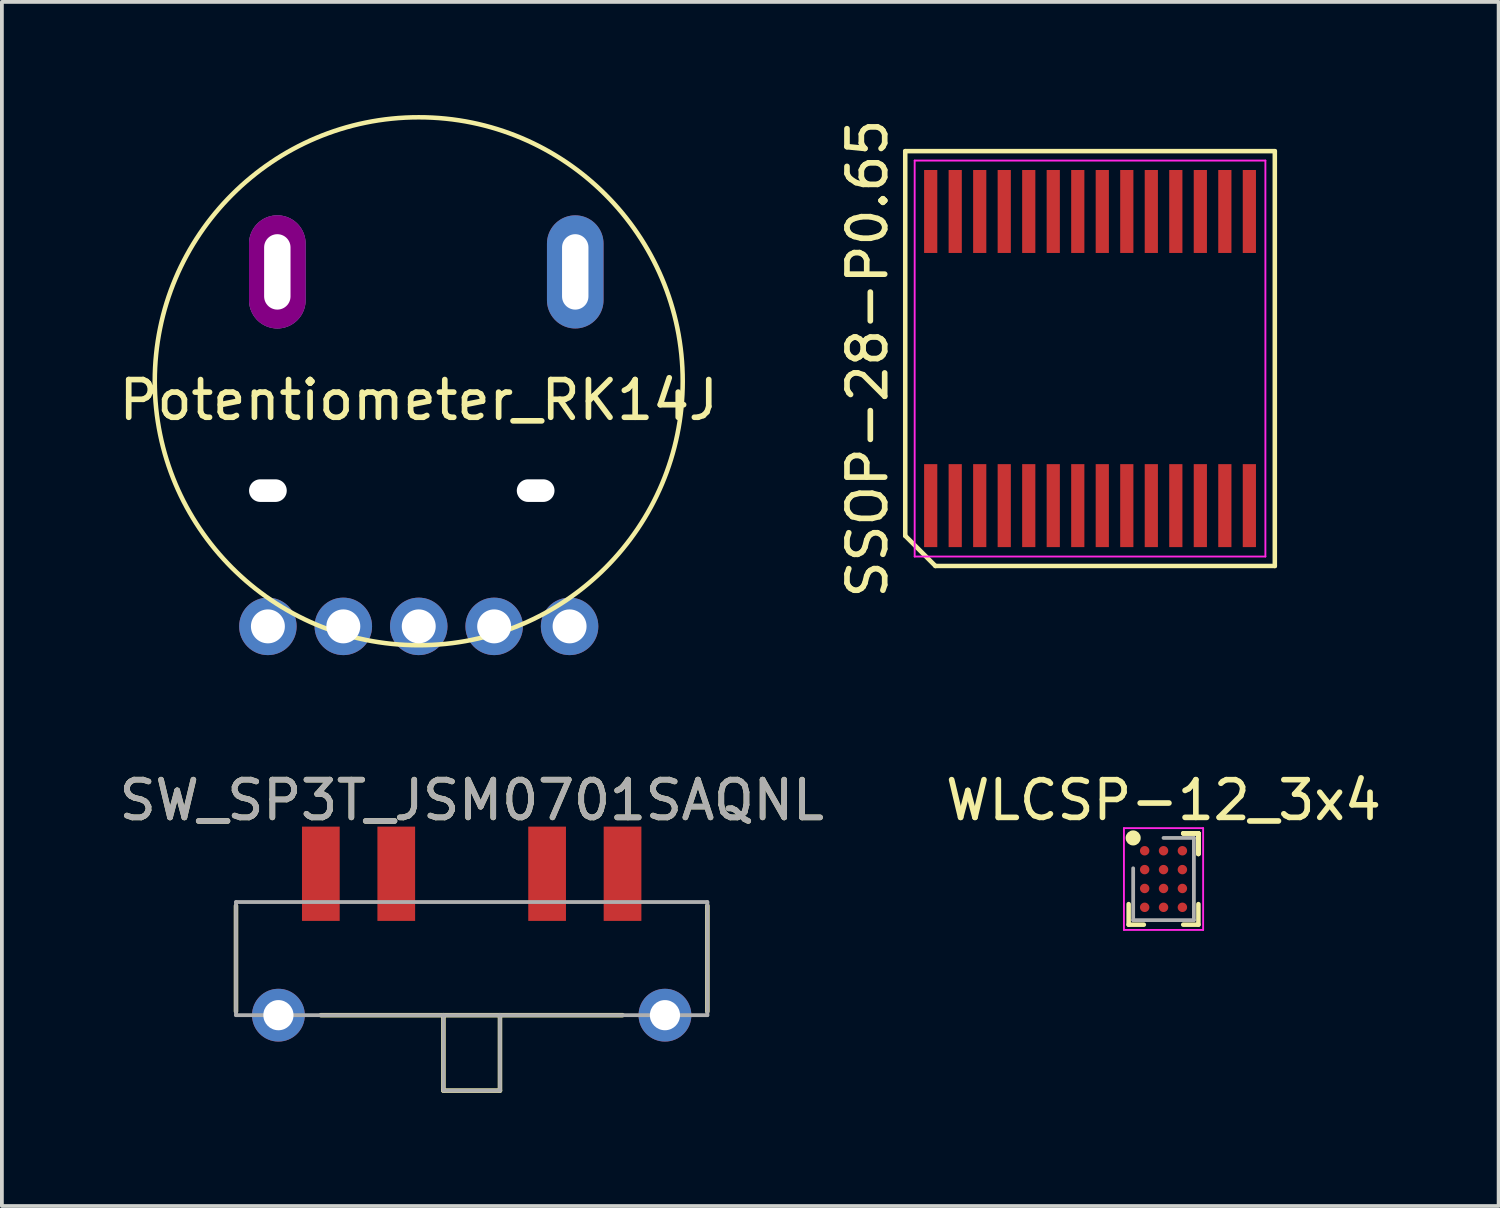
<source format=kicad_pcb>
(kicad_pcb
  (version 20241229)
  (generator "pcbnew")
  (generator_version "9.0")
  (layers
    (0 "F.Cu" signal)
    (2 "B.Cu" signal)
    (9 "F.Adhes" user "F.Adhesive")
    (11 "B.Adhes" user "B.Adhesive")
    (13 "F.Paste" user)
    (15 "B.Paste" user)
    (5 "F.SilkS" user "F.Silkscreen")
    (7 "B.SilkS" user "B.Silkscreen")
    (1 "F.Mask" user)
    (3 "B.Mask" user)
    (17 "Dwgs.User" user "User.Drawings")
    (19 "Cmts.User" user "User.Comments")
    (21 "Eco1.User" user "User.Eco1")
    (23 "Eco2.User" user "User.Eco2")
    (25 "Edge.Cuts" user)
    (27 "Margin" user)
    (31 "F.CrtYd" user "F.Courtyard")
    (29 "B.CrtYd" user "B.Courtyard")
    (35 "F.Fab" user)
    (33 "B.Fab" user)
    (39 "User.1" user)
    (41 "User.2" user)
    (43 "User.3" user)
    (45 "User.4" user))
  (footprint "SW_SP3T_JSM0701SAQNL"
    (layer "F.Cu")
    (at 9.458 21.37)
    (property "Reference" "SW_SP3T_JSM0701SAQNL" (at 0 -3.2 0) (layer "F.SilkS") (effects (font (size 1 1) (thickness 0.15))))
    (attr smd)
    (fp_line (start -6.25 -0.4) (end -6.25 2.4) (stroke (width 0.12) (type solid)) (layer "F.SilkS"))
    (fp_line (start -4 2.5) (end 4 2.5) (stroke (width 0.12) (type solid)) (layer "F.SilkS"))
    (fp_line (start -0.75 2.5) (end -0.75 4.5) (stroke (width 0.12) (type solid)) (layer "F.SilkS"))
    (fp_line (start -0.75 4.5) (end 0.75 4.5) (stroke (width 0.12) (type solid)) (layer "F.SilkS"))
    (fp_line (start 0.75 2.5) (end 0.75 4.5) (stroke (width 0.12) (type solid)) (layer "F.SilkS"))
    (fp_line (start 6.25 -0.4) (end 6.25 2.4) (stroke (width 0.12) (type solid)) (layer "F.SilkS"))
    (fp_line (start -6.25 -0.5) (end -6.25 2.5) (stroke (width 0.1) (type solid)) (layer "F.Fab"))
    (fp_line (start -6.25 2.5) (end 6.25 2.5) (stroke (width 0.1) (type solid)) (layer "F.Fab"))
    (fp_line (start -0.75 2.5) (end -0.75 4.5) (stroke (width 0.1) (type solid)) (layer "F.Fab"))
    (fp_line (start -0.75 4.5) (end 0.75 4.5) (stroke (width 0.1) (type solid)) (layer "F.Fab"))
    (fp_line (start 0.75 2.5) (end 0.75 4.5) (stroke (width 0.1) (type solid)) (layer "F.Fab"))
    (fp_line (start 6.25 -0.5) (end -6.25 -0.5) (stroke (width 0.1) (type solid)) (layer "F.Fab"))
    (fp_line (start 6.25 -0.5) (end 6.25 2.5) (stroke (width 0.1) (type solid)) (layer "F.Fab"))
    (fp_text user "${REFERENCE}" (at 0 -3.2 0) (layer "F.Fab") (effects (font (size 1 1) (thickness 0.15))))
    (pad "1" smd rect (at -4 -1.25) (size 1 2.5) (layers "F.Cu" "F.Mask" "F.Paste"))
    (pad "2" smd rect (at -2 -1.25) (size 1 2.5) (layers "F.Cu" "F.Mask" "F.Paste"))
    (pad "3" smd rect (at 2 -1.25) (size 1 2.5) (layers "F.Cu" "F.Mask" "F.Paste"))
    (pad "4" smd rect (at 4 -1.25) (size 1 2.5) (layers "F.Cu" "F.Mask" "F.Paste"))
    (pad "5" thru_hole circle (at -5.125 2.5) (size 1.4 1.4) (drill 0.8) (layers "*.Cu" "*.Mask"))
    (pad "5" thru_hole circle (at 5.125 2.5) (size 1.4 1.4) (drill 0.8) (layers "*.Cu" "*.Mask")))
  (footprint "WLCSP-12_3x4"
    (layer "F.Cu")
    (at 27.804 20.26)
    (property "Reference" "WLCSP-12_3x4" (at 0 -2.09 0) (layer "F.SilkS") (effects (font (size 1 1) (thickness 0.15))))
    (attr smd)
    (fp_line (start -0.925 1.21) (end -0.925 0.665) (stroke (width 0.12) (type solid)) (layer "F.SilkS"))
    (fp_line (start -0.522 1.21) (end -0.925 1.21) (stroke (width 0.12) (type solid)) (layer "F.SilkS"))
    (fp_line (start 0.522 -1.21) (end 0.925 -1.21) (stroke (width 0.12) (type solid)) (layer "F.SilkS"))
    (fp_line (start 0.522 -1.21) (end 0.925 -1.21) (stroke (width 0.12) (type solid)) (layer "F.SilkS"))
    (fp_line (start 0.522 -1.21) (end 0.925 -1.21) (stroke (width 0.12) (type solid)) (layer "F.SilkS"))
    (fp_line (start 0.522 1.21) (end 0.925 1.21) (stroke (width 0.12) (type solid)) (layer "F.SilkS"))
    (fp_line (start 0.925 -1.21) (end 0.925 -0.665) (stroke (width 0.12) (type solid)) (layer "F.SilkS"))
    (fp_line (start 0.925 -1.21) (end 0.925 -0.665) (stroke (width 0.12) (type solid)) (layer "F.SilkS"))
    (fp_line (start 0.925 -1.21) (end 0.925 -0.665) (stroke (width 0.12) (type solid)) (layer "F.SilkS"))
    (fp_line (start 0.925 1.21) (end 0.925 0.665) (stroke (width 0.12) (type solid)) (layer "F.SilkS"))
    (fp_circle (center -0.805 -1.09) (end -0.805 -0.99) (stroke (width 0.2) (type solid)) (fill no) (layer "F.SilkS"))
    (fp_line (start -1.05 -1.35) (end 1.05 -1.35) (stroke (width 0.05) (type solid)) (layer "F.CrtYd"))
    (fp_line (start -1.05 1.35) (end -1.05 -1.35) (stroke (width 0.05) (type solid)) (layer "F.CrtYd"))
    (fp_line (start 1.05 -1.35) (end 1.05 1.35) (stroke (width 0.05) (type solid)) (layer "F.CrtYd"))
    (fp_line (start 1.05 1.35) (end -1.05 1.35) (stroke (width 0.05) (type solid)) (layer "F.CrtYd"))
    (fp_line (start -0.805 -0.285) (end -0.805 1.09) (stroke (width 0.1) (type solid)) (layer "F.Fab"))
    (fp_line (start -0.805 1.09) (end 0.805 1.09) (stroke (width 0.1) (type solid)) (layer "F.Fab"))
    (fp_line (start 0.805 -1.09) (end 0 -1.09) (stroke (width 0.1) (type solid)) (layer "F.Fab"))
    (fp_line (start 0.805 1.09) (end 0.805 -1.09) (stroke (width 0.1) (type solid)) (layer "F.Fab"))
    (pad "A1" smd circle (at -0.5 -0.75) (size 0.25 0.25) (layers "F.Cu" "F.Mask" "F.Paste"))
    (pad "A2" smd circle (at 0 -0.75) (size 0.25 0.25) (layers "F.Cu" "F.Mask" "F.Paste"))
    (pad "A3" smd circle (at 0.5 -0.75) (size 0.25 0.25) (layers "F.Cu" "F.Mask" "F.Paste"))
    (pad "B1" smd circle (at -0.5 -0.25) (size 0.25 0.25) (layers "F.Cu" "F.Mask" "F.Paste"))
    (pad "B2" smd circle (at 0 -0.25) (size 0.25 0.25) (layers "F.Cu" "F.Mask" "F.Paste"))
    (pad "B3" smd circle (at 0.5 -0.25) (size 0.25 0.25) (layers "F.Cu" "F.Mask" "F.Paste"))
    (pad "C1" smd circle (at -0.5 0.25) (size 0.25 0.25) (layers "F.Cu" "F.Mask" "F.Paste"))
    (pad "C2" smd circle (at 0 0.25) (size 0.25 0.25) (layers "F.Cu" "F.Mask" "F.Paste"))
    (pad "C3" smd circle (at 0.5 0.25) (size 0.25 0.25) (layers "F.Cu" "F.Mask" "F.Paste"))
    (pad "D1" smd circle (at -0.5 0.75) (size 0.25 0.25) (layers "F.Cu" "F.Mask" "F.Paste"))
    (pad "D2" smd circle (at 0 0.75) (size 0.25 0.25) (layers "F.Cu" "F.Mask" "F.Paste"))
    (pad "D3" smd circle (at 0.5 0.75) (size 0.25 0.25) (layers "F.Cu" "F.Mask" "F.Paste")))
  (footprint "Potentiometer_RK14J"
    (layer "F.Cu")
    (at 8.054 7.06)
    (property "Reference" "Potentiometer_RK14J" (at 0 0.5 0) (layer "F.SilkS") (effects (font (size 1 1) (thickness 0.15))))
    (attr through_hole)
    (fp_circle (center 0 0) (end 7 0) (stroke (width 0.12) (type solid)) (fill no) (layer "F.SilkS"))
    (pad "" np_thru_hole oval (at -4 2.9) (size 1 0.6) (drill oval 1 0.6) (layers "*.Cu" "*.Mask"))
    (pad "" np_thru_hole oval (at 3.1 2.9) (size 1 0.6) (drill oval 1 0.6) (layers "*.Cu" "*.Mask"))
    (pad "1" thru_hole circle (at -4 6.5) (size 1.524 1.524) (drill 0.9) (layers "*.Cu" "*.Mask"))
    (pad "2" thru_hole circle (at 2 6.5) (size 1.524 1.524) (drill 0.9) (layers "*.Cu" "*.Mask"))
    (pad "3" thru_hole circle (at -2 6.5) (size 1.524 1.524) (drill 0.9) (layers "*.Cu" "*.Mask"))
    (pad "4" thru_hole circle (at 0 6.5) (size 1.524 1.524) (drill 0.9) (layers "*.Cu" "*.Mask"))
    (pad "5" thru_hole circle (at 4 6.5) (size 1.524 1.524) (drill 0.9) (layers "*.Cu" "*.Mask"))
    (pad "6" thru_hole oval (at -3.75 -2.9) (size 1.5 3) (drill oval 0.7 2) (layers "*.Cu" "*.Mask" "F.Adhes"))
    (pad "7" thru_hole oval (at 4.15 -2.9) (size 1.5 3) (drill oval 0.7 2) (layers "*.Cu" "*.Mask")))
  (footprint "SSOP-28-P0.65"
    (layer "F.Cu")
    (at 25.855 6.458)
    (property "Reference" "SSOP-28-P0.65" (at -5.9 0 90) (layer "F.SilkS") (effects (font (size 1 1) (thickness 0.15))))
    (attr smd)
    (fp_line (start -4.9 -5.5) (end 4.9 -5.5) (stroke (width 0.12) (type solid)) (layer "F.SilkS"))
    (fp_line (start -4.9 4.7) (end -4.9 -5.5) (stroke (width 0.12) (type solid)) (layer "F.SilkS"))
    (fp_line (start -4.1 5.5) (end -4.9 4.7) (stroke (width 0.12) (type solid)) (layer "F.SilkS"))
    (fp_line (start 4.9 -5.5) (end 4.9 5.5) (stroke (width 0.12) (type solid)) (layer "F.SilkS"))
    (fp_line (start 4.9 5.5) (end -4.1 5.5) (stroke (width 0.12) (type solid)) (layer "F.SilkS"))
    (fp_line (start -4.65 -5.25) (end 4.65 -5.25) (stroke (width 0.05) (type solid)) (layer "F.CrtYd"))
    (fp_line (start -4.65 5.25) (end -4.65 -5.25) (stroke (width 0.05) (type solid)) (layer "F.CrtYd"))
    (fp_line (start 4.65 -5.25) (end 4.65 5.25) (stroke (width 0.05) (type solid)) (layer "F.CrtYd"))
    (fp_line (start 4.65 5.25) (end -4.65 5.25) (stroke (width 0.05) (type solid)) (layer "F.CrtYd"))
    (pad "1" smd rect (at -4.225 3.9) (size 0.35 2.2) (layers "F.Cu" "F.Mask" "F.Paste"))
    (pad "2" smd rect (at -3.575 3.9) (size 0.35 2.2) (layers "F.Cu" "F.Mask" "F.Paste"))
    (pad "3" smd rect (at -2.925 3.9) (size 0.35 2.2) (layers "F.Cu" "F.Mask" "F.Paste"))
    (pad "4" smd rect (at -2.275 3.9) (size 0.35 2.2) (layers "F.Cu" "F.Mask" "F.Paste"))
    (pad "5" smd rect (at -1.625 3.9) (size 0.35 2.2) (layers "F.Cu" "F.Mask" "F.Paste"))
    (pad "6" smd rect (at -0.975 3.9) (size 0.35 2.2) (layers "F.Cu" "F.Mask" "F.Paste"))
    (pad "7" smd rect (at -0.325 3.9) (size 0.35 2.2) (layers "F.Cu" "F.Mask" "F.Paste"))
    (pad "8" smd rect (at 0.325 3.9) (size 0.35 2.2) (layers "F.Cu" "F.Mask" "F.Paste"))
    (pad "9" smd rect (at 0.975 3.9) (size 0.35 2.2) (layers "F.Cu" "F.Mask" "F.Paste"))
    (pad "10" smd rect (at 1.625 3.9) (size 0.35 2.2) (layers "F.Cu" "F.Mask" "F.Paste"))
    (pad "11" smd rect (at 2.275 3.9) (size 0.35 2.2) (layers "F.Cu" "F.Mask" "F.Paste"))
    (pad "12" smd rect (at 2.925 3.9) (size 0.35 2.2) (layers "F.Cu" "F.Mask" "F.Paste"))
    (pad "13" smd rect (at 3.575 3.9) (size 0.35 2.2) (layers "F.Cu" "F.Mask" "F.Paste"))
    (pad "14" smd rect (at 4.225 3.9) (size 0.35 2.2) (layers "F.Cu" "F.Mask" "F.Paste"))
    (pad "15" smd rect (at 4.225 -3.9) (size 0.35 2.2) (layers "F.Cu" "F.Mask" "F.Paste"))
    (pad "16" smd rect (at 3.575 -3.9) (size 0.35 2.2) (layers "F.Cu" "F.Mask" "F.Paste"))
    (pad "17" smd rect (at 2.925 -3.9) (size 0.35 2.2) (layers "F.Cu" "F.Mask" "F.Paste"))
    (pad "18" smd rect (at 2.275 -3.9) (size 0.35 2.2) (layers "F.Cu" "F.Mask" "F.Paste"))
    (pad "19" smd rect (at 1.625 -3.9) (size 0.35 2.2) (layers "F.Cu" "F.Mask" "F.Paste"))
    (pad "20" smd rect (at 0.975 -3.9) (size 0.35 2.2) (layers "F.Cu" "F.Mask" "F.Paste"))
    (pad "21" smd rect (at 0.325 -3.9) (size 0.35 2.2) (layers "F.Cu" "F.Mask" "F.Paste"))
    (pad "22" smd rect (at -0.325 -3.9) (size 0.35 2.2) (layers "F.Cu" "F.Mask" "F.Paste"))
    (pad "23" smd rect (at -0.975 -3.9) (size 0.35 2.2) (layers "F.Cu" "F.Mask" "F.Paste"))
    (pad "24" smd rect (at -1.625 -3.9) (size 0.35 2.2) (layers "F.Cu" "F.Mask" "F.Paste"))
    (pad "25" smd rect (at -2.275 -3.9) (size 0.35 2.2) (layers "F.Cu" "F.Mask" "F.Paste"))
    (pad "26" smd rect (at -2.925 -3.9) (size 0.35 2.2) (layers "F.Cu" "F.Mask" "F.Paste"))
    (pad "27" smd rect (at -3.575 -3.9) (size 0.35 2.2) (layers "F.Cu" "F.Mask" "F.Paste"))
    (pad "28" smd rect (at -4.225 -3.9) (size 0.35 2.2) (layers "F.Cu" "F.Mask" "F.Paste")))
  (gr_rect
    (start -3 -3)
    (end 36.69 28.93)
    (stroke (width 0.1) (type default))
    (fill no)
    (layer "Edge.Cuts")))
</source>
